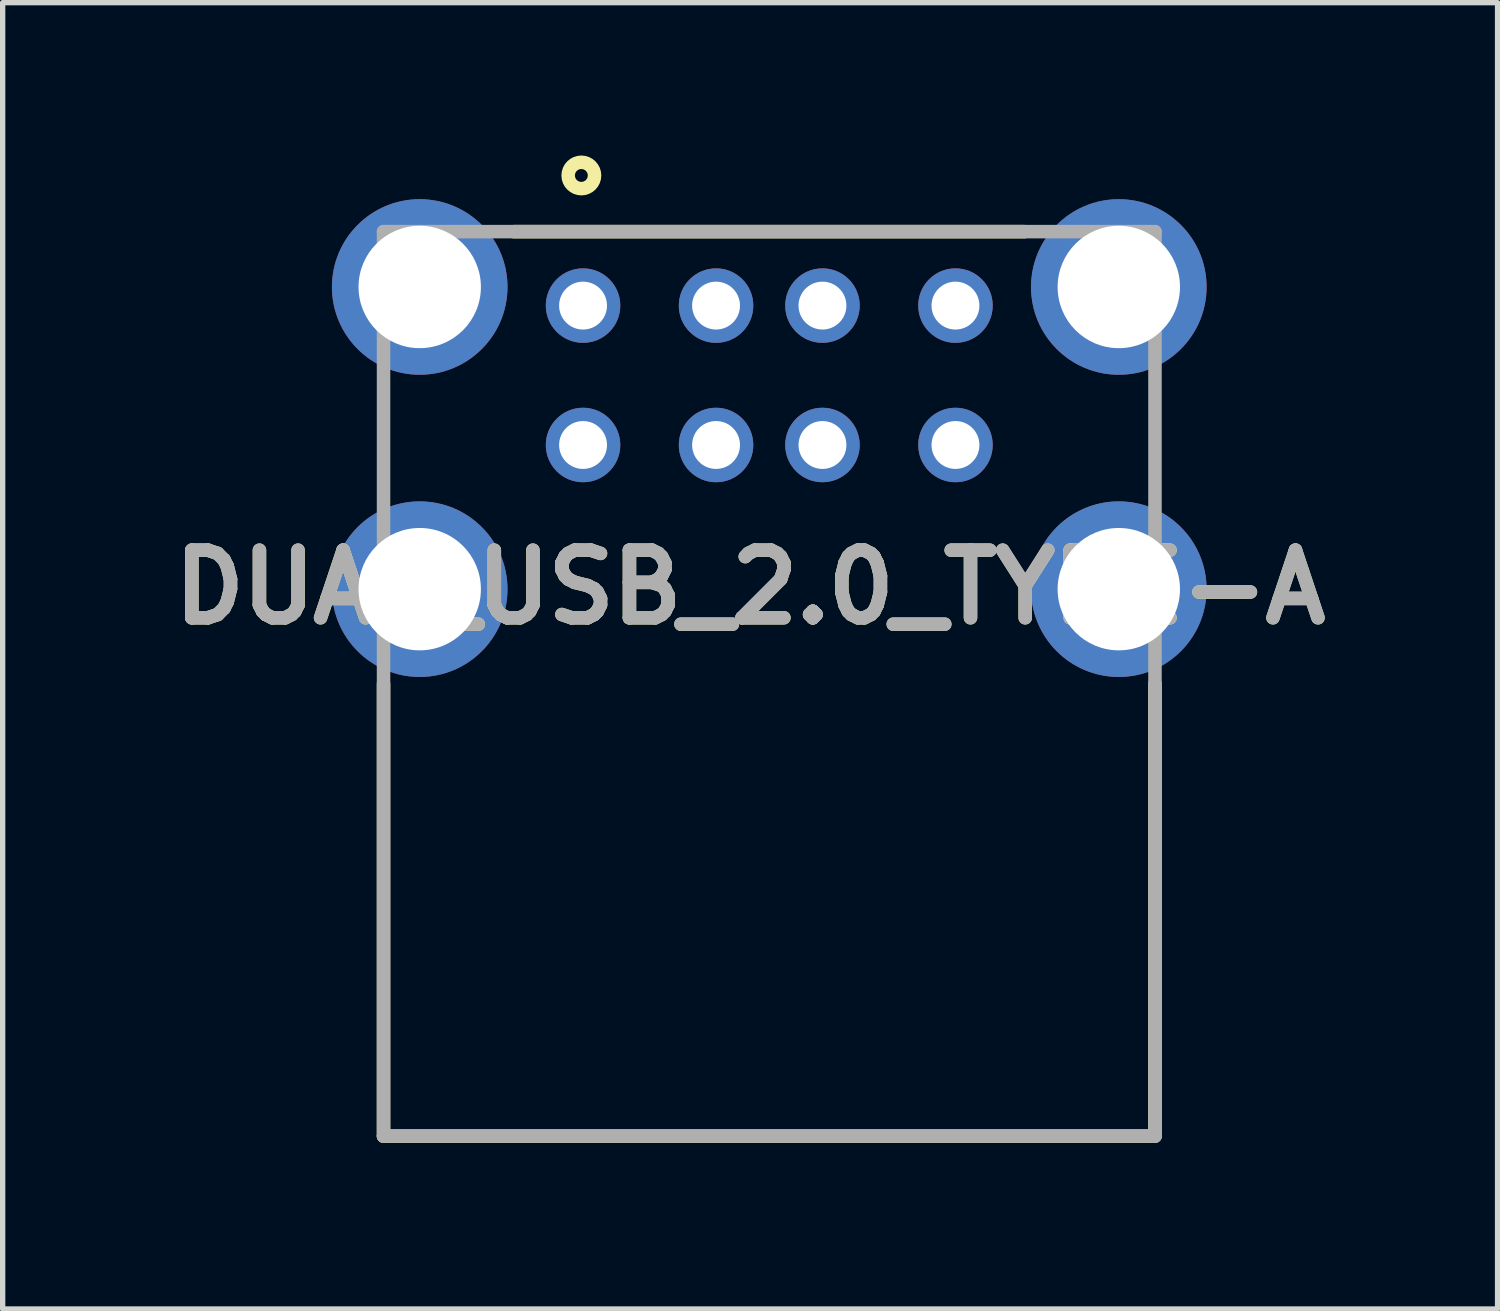
<source format=kicad_pcb>
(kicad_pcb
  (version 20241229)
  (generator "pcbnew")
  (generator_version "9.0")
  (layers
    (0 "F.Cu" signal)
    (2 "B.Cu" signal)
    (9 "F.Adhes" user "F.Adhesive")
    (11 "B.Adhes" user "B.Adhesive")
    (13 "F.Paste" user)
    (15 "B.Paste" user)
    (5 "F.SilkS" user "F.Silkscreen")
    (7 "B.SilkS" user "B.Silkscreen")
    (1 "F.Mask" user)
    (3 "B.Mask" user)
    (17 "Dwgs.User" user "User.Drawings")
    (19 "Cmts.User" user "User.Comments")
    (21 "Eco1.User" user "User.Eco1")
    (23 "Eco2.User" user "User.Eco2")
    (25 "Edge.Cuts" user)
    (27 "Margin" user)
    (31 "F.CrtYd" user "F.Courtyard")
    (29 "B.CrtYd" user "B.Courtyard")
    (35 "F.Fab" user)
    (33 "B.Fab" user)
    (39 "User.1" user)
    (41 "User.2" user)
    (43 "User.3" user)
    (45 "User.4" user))
  (footprint "DUAL_USB_2.0_TYPE-A"
    (layer "F.Cu")
    (at 11.409 18.304)
    (property "Reference" "DUAL_USB_2.0_TYPE-A" (at -0.36 -10.317 0) (layer "F.SilkS") (effects (font (size 1.27 1.27) (thickness 0.254))))
    (attr through_hole)
    (fp_line (start -7.25 0) (end -7.25 -8.5) (stroke (width 0.254) (type solid)) (layer "F.SilkS"))
    (fp_line (start -7.25 0) (end 7.25 0) (stroke (width 0.254) (type solid)) (layer "F.SilkS"))
    (fp_line (start -4.8 -17) (end 4.8 -17) (stroke (width 0.254) (type solid)) (layer "F.SilkS"))
    (fp_line (start 7.25 0) (end 7.25 -8.5) (stroke (width 0.254) (type solid)) (layer "F.SilkS"))
    (fp_circle (center -3.532 -18.056) (end -3.532 -17.935) (stroke (width 0.254) (type solid)) (fill no) (layer "F.SilkS"))
    (fp_line (start -7.25 -17) (end 7.25 -17) (stroke (width 0.254) (type solid)) (layer "F.Fab"))
    (fp_line (start -7.25 0) (end -7.25 -17) (stroke (width 0.254) (type solid)) (layer "F.Fab"))
    (fp_line (start 7.25 -17) (end 7.25 0) (stroke (width 0.254) (type solid)) (layer "F.Fab"))
    (fp_line (start 7.25 0) (end -7.25 0) (stroke (width 0.254) (type solid)) (layer "F.Fab"))
    (fp_text user "${REFERENCE}" (at -0.36 -10.317 0) (layer "F.Fab") (effects (font (size 1.27 1.27) (thickness 0.254))))
    (pad "1" thru_hole circle (at -3.5 -15.61) (size 1.4 1.4) (drill 0.9) (layers "*.Cu" "*.Mask"))
    (pad "2" thru_hole circle (at -1 -15.61) (size 1.4 1.4) (drill 0.9) (layers "*.Cu" "*.Mask"))
    (pad "3" thru_hole circle (at 1 -15.61) (size 1.4 1.4) (drill 0.9) (layers "*.Cu" "*.Mask"))
    (pad "4" thru_hole circle (at 3.5 -15.61) (size 1.4 1.4) (drill 0.9) (layers "*.Cu" "*.Mask"))
    (pad "5" thru_hole circle (at -3.5 -12.99) (size 1.4 1.4) (drill 0.9) (layers "*.Cu" "*.Mask"))
    (pad "6" thru_hole circle (at -1 -12.99) (size 1.4 1.4) (drill 0.9) (layers "*.Cu" "*.Mask"))
    (pad "7" thru_hole circle (at 1 -12.99) (size 1.4 1.4) (drill 0.9) (layers "*.Cu" "*.Mask"))
    (pad "8" thru_hole circle (at 3.5 -12.99) (size 1.4 1.4) (drill 0.9) (layers "*.Cu" "*.Mask"))
    (pad "9" thru_hole circle (at -6.57 -15.96) (size 3.3 3.3) (drill 2.3) (layers "*.Cu" "*.Mask"))
    (pad "10" thru_hole circle (at 6.57 -15.96) (size 3.3 3.3) (drill 2.3) (layers "*.Cu" "*.Mask"))
    (pad "11" thru_hole circle (at 6.57 -10.28) (size 3.3 3.3) (drill 2.3) (layers "*.Cu" "*.Mask"))
    (pad "12" thru_hole circle (at -6.57 -10.28) (size 3.3 3.3) (drill 2.3) (layers "*.Cu" "*.Mask")))
  (gr_rect
    (start -3 -3)
    (end 25.098 21.554)
    (stroke (width 0.1) (type default))
    (fill no)
    (layer "Edge.Cuts")))
</source>
